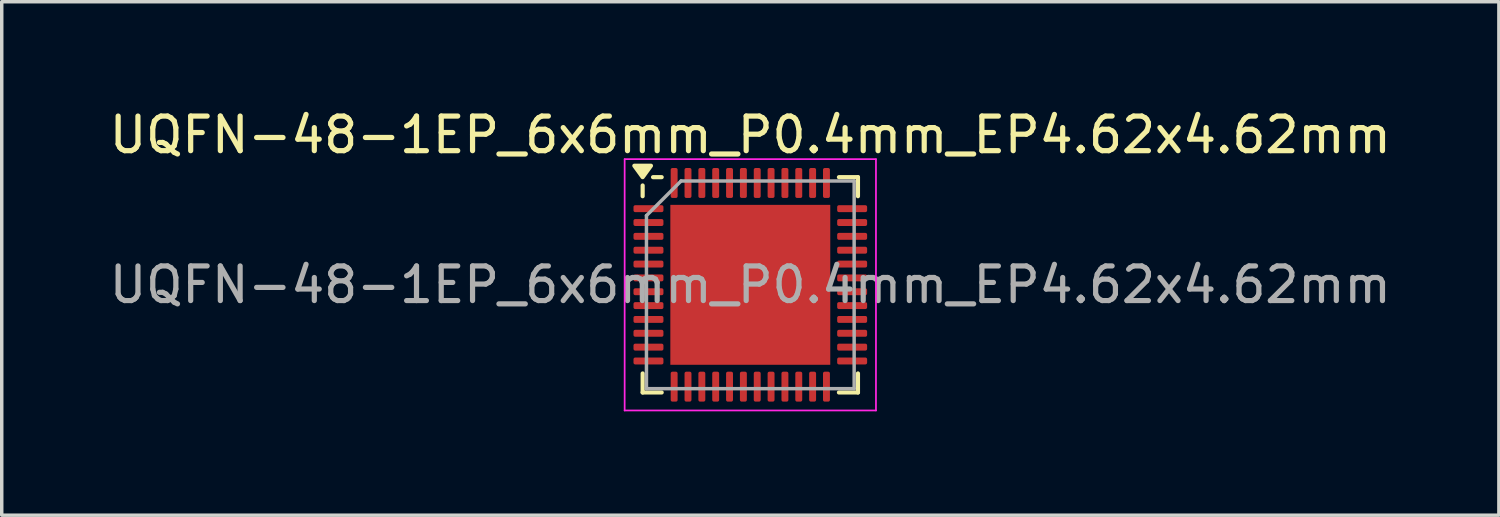
<source format=kicad_pcb>
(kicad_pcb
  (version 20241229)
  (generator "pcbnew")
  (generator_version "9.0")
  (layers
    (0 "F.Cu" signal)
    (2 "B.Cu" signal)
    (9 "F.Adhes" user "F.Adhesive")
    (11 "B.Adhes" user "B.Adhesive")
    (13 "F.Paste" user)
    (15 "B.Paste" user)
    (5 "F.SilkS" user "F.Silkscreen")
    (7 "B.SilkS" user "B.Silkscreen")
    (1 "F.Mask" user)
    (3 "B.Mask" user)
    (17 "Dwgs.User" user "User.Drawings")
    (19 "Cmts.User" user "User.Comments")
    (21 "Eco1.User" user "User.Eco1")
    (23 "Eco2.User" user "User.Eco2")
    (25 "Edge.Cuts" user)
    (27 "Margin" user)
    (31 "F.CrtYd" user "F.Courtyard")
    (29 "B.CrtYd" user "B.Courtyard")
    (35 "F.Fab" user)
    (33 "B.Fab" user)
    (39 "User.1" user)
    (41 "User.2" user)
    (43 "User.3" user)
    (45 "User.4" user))
  (footprint "UQFN-48-1EP_6x6mm_P0.4mm_EP4.62x4.62mm"
    (layer "F.Cu")
    (at 18.625 5.178)
    (property "Reference" "UQFN-48-1EP_6x6mm_P0.4mm_EP4.62x4.62mm" (at 0 -4.33 0) (layer "F.SilkS") (effects (font (size 1 1) (thickness 0.15))))
    (attr smd)
    (fp_line (start -3.11 -2.56) (end -3.11 -2.87) (stroke (width 0.12) (type solid)) (layer "F.SilkS"))
    (fp_line (start -3.11 3.11) (end -3.11 2.56) (stroke (width 0.12) (type solid)) (layer "F.SilkS"))
    (fp_line (start -2.56 -3.11) (end -2.81 -3.11) (stroke (width 0.12) (type solid)) (layer "F.SilkS"))
    (fp_line (start -2.56 3.11) (end -3.11 3.11) (stroke (width 0.12) (type solid)) (layer "F.SilkS"))
    (fp_line (start 2.56 -3.11) (end 3.11 -3.11) (stroke (width 0.12) (type solid)) (layer "F.SilkS"))
    (fp_line (start 2.56 3.11) (end 3.11 3.11) (stroke (width 0.12) (type solid)) (layer "F.SilkS"))
    (fp_line (start 3.11 -3.11) (end 3.11 -2.56) (stroke (width 0.12) (type solid)) (layer "F.SilkS"))
    (fp_line (start 3.11 3.11) (end 3.11 2.56) (stroke (width 0.12) (type solid)) (layer "F.SilkS"))
    (fp_poly (pts (xy -3.11 -3.11) (xy -3.35 -3.44) (xy -2.87 -3.44) (xy -3.11 -3.11)) (stroke (width 0.12) (type solid)) (fill yes) (layer "F.SilkS"))
    (fp_line (start -3.63 -3.63) (end -3.63 3.63) (stroke (width 0.05) (type solid)) (layer "F.CrtYd"))
    (fp_line (start -3.63 3.63) (end 3.63 3.63) (stroke (width 0.05) (type solid)) (layer "F.CrtYd"))
    (fp_line (start 3.63 -3.63) (end -3.63 -3.63) (stroke (width 0.05) (type solid)) (layer "F.CrtYd"))
    (fp_line (start 3.63 3.63) (end 3.63 -3.63) (stroke (width 0.05) (type solid)) (layer "F.CrtYd"))
    (fp_line (start -3 -2) (end -2 -3) (stroke (width 0.1) (type solid)) (layer "F.Fab"))
    (fp_line (start -3 3) (end -3 -2) (stroke (width 0.1) (type solid)) (layer "F.Fab"))
    (fp_line (start -2 -3) (end 3 -3) (stroke (width 0.1) (type solid)) (layer "F.Fab"))
    (fp_line (start 3 -3) (end 3 3) (stroke (width 0.1) (type solid)) (layer "F.Fab"))
    (fp_line (start 3 3) (end -3 3) (stroke (width 0.1) (type solid)) (layer "F.Fab"))
    (fp_text user "${REFERENCE}" (at 0 0 0) (layer "F.Fab") (effects (font (size 1 1) (thickness 0.15))))
    (pad "" smd roundrect (at -1.155 -1.155) (size 1.86 1.86) (layers "F.Paste") (roundrect_rratio 0.134))
    (pad "" smd roundrect (at -1.155 1.155) (size 1.86 1.86) (layers "F.Paste") (roundrect_rratio 0.134))
    (pad "" smd roundrect (at 1.155 -1.155) (size 1.86 1.86) (layers "F.Paste") (roundrect_rratio 0.134))
    (pad "" smd roundrect (at 1.155 1.155) (size 1.86 1.86) (layers "F.Paste") (roundrect_rratio 0.134))
    (pad "1" smd roundrect (at -2.942 -2.2) (size 0.865 0.2) (layers "F.Cu" "F.Mask" "F.Paste") (roundrect_rratio 0.25))
    (pad "2" smd roundrect (at -2.942 -1.8) (size 0.865 0.2) (layers "F.Cu" "F.Mask" "F.Paste") (roundrect_rratio 0.25))
    (pad "3" smd roundrect (at -2.942 -1.4) (size 0.865 0.2) (layers "F.Cu" "F.Mask" "F.Paste") (roundrect_rratio 0.25))
    (pad "4" smd roundrect (at -2.942 -1) (size 0.865 0.2) (layers "F.Cu" "F.Mask" "F.Paste") (roundrect_rratio 0.25))
    (pad "5" smd roundrect (at -2.942 -0.6) (size 0.865 0.2) (layers "F.Cu" "F.Mask" "F.Paste") (roundrect_rratio 0.25))
    (pad "6" smd roundrect (at -2.942 -0.2) (size 0.865 0.2) (layers "F.Cu" "F.Mask" "F.Paste") (roundrect_rratio 0.25))
    (pad "7" smd roundrect (at -2.942 0.2) (size 0.865 0.2) (layers "F.Cu" "F.Mask" "F.Paste") (roundrect_rratio 0.25))
    (pad "8" smd roundrect (at -2.942 0.6) (size 0.865 0.2) (layers "F.Cu" "F.Mask" "F.Paste") (roundrect_rratio 0.25))
    (pad "9" smd roundrect (at -2.942 1) (size 0.865 0.2) (layers "F.Cu" "F.Mask" "F.Paste") (roundrect_rratio 0.25))
    (pad "10" smd roundrect (at -2.942 1.4) (size 0.865 0.2) (layers "F.Cu" "F.Mask" "F.Paste") (roundrect_rratio 0.25))
    (pad "11" smd roundrect (at -2.942 1.8) (size 0.865 0.2) (layers "F.Cu" "F.Mask" "F.Paste") (roundrect_rratio 0.25))
    (pad "12" smd roundrect (at -2.942 2.2) (size 0.865 0.2) (layers "F.Cu" "F.Mask" "F.Paste") (roundrect_rratio 0.25))
    (pad "13" smd roundrect (at -2.2 2.942) (size 0.2 0.865) (layers "F.Cu" "F.Mask" "F.Paste") (roundrect_rratio 0.25))
    (pad "14" smd roundrect (at -1.8 2.942) (size 0.2 0.865) (layers "F.Cu" "F.Mask" "F.Paste") (roundrect_rratio 0.25))
    (pad "15" smd roundrect (at -1.4 2.942) (size 0.2 0.865) (layers "F.Cu" "F.Mask" "F.Paste") (roundrect_rratio 0.25))
    (pad "16" smd roundrect (at -1 2.942) (size 0.2 0.865) (layers "F.Cu" "F.Mask" "F.Paste") (roundrect_rratio 0.25))
    (pad "17" smd roundrect (at -0.6 2.942) (size 0.2 0.865) (layers "F.Cu" "F.Mask" "F.Paste") (roundrect_rratio 0.25))
    (pad "18" smd roundrect (at -0.2 2.942) (size 0.2 0.865) (layers "F.Cu" "F.Mask" "F.Paste") (roundrect_rratio 0.25))
    (pad "19" smd roundrect (at 0.2 2.942) (size 0.2 0.865) (layers "F.Cu" "F.Mask" "F.Paste") (roundrect_rratio 0.25))
    (pad "20" smd roundrect (at 0.6 2.942) (size 0.2 0.865) (layers "F.Cu" "F.Mask" "F.Paste") (roundrect_rratio 0.25))
    (pad "21" smd roundrect (at 1 2.942) (size 0.2 0.865) (layers "F.Cu" "F.Mask" "F.Paste") (roundrect_rratio 0.25))
    (pad "22" smd roundrect (at 1.4 2.942) (size 0.2 0.865) (layers "F.Cu" "F.Mask" "F.Paste") (roundrect_rratio 0.25))
    (pad "23" smd roundrect (at 1.8 2.942) (size 0.2 0.865) (layers "F.Cu" "F.Mask" "F.Paste") (roundrect_rratio 0.25))
    (pad "24" smd roundrect (at 2.2 2.942) (size 0.2 0.865) (layers "F.Cu" "F.Mask" "F.Paste") (roundrect_rratio 0.25))
    (pad "25" smd roundrect (at 2.942 2.2) (size 0.865 0.2) (layers "F.Cu" "F.Mask" "F.Paste") (roundrect_rratio 0.25))
    (pad "26" smd roundrect (at 2.942 1.8) (size 0.865 0.2) (layers "F.Cu" "F.Mask" "F.Paste") (roundrect_rratio 0.25))
    (pad "27" smd roundrect (at 2.942 1.4) (size 0.865 0.2) (layers "F.Cu" "F.Mask" "F.Paste") (roundrect_rratio 0.25))
    (pad "28" smd roundrect (at 2.942 1) (size 0.865 0.2) (layers "F.Cu" "F.Mask" "F.Paste") (roundrect_rratio 0.25))
    (pad "29" smd roundrect (at 2.942 0.6) (size 0.865 0.2) (layers "F.Cu" "F.Mask" "F.Paste") (roundrect_rratio 0.25))
    (pad "30" smd roundrect (at 2.942 0.2) (size 0.865 0.2) (layers "F.Cu" "F.Mask" "F.Paste") (roundrect_rratio 0.25))
    (pad "31" smd roundrect (at 2.942 -0.2) (size 0.865 0.2) (layers "F.Cu" "F.Mask" "F.Paste") (roundrect_rratio 0.25))
    (pad "32" smd roundrect (at 2.942 -0.6) (size 0.865 0.2) (layers "F.Cu" "F.Mask" "F.Paste") (roundrect_rratio 0.25))
    (pad "33" smd roundrect (at 2.942 -1) (size 0.865 0.2) (layers "F.Cu" "F.Mask" "F.Paste") (roundrect_rratio 0.25))
    (pad "34" smd roundrect (at 2.942 -1.4) (size 0.865 0.2) (layers "F.Cu" "F.Mask" "F.Paste") (roundrect_rratio 0.25))
    (pad "35" smd roundrect (at 2.942 -1.8) (size 0.865 0.2) (layers "F.Cu" "F.Mask" "F.Paste") (roundrect_rratio 0.25))
    (pad "36" smd roundrect (at 2.942 -2.2) (size 0.865 0.2) (layers "F.Cu" "F.Mask" "F.Paste") (roundrect_rratio 0.25))
    (pad "37" smd roundrect (at 2.2 -2.942) (size 0.2 0.865) (layers "F.Cu" "F.Mask" "F.Paste") (roundrect_rratio 0.25))
    (pad "38" smd roundrect (at 1.8 -2.942) (size 0.2 0.865) (layers "F.Cu" "F.Mask" "F.Paste") (roundrect_rratio 0.25))
    (pad "39" smd roundrect (at 1.4 -2.942) (size 0.2 0.865) (layers "F.Cu" "F.Mask" "F.Paste") (roundrect_rratio 0.25))
    (pad "40" smd roundrect (at 1 -2.942) (size 0.2 0.865) (layers "F.Cu" "F.Mask" "F.Paste") (roundrect_rratio 0.25))
    (pad "41" smd roundrect (at 0.6 -2.942) (size 0.2 0.865) (layers "F.Cu" "F.Mask" "F.Paste") (roundrect_rratio 0.25))
    (pad "42" smd roundrect (at 0.2 -2.942) (size 0.2 0.865) (layers "F.Cu" "F.Mask" "F.Paste") (roundrect_rratio 0.25))
    (pad "43" smd roundrect (at -0.2 -2.942) (size 0.2 0.865) (layers "F.Cu" "F.Mask" "F.Paste") (roundrect_rratio 0.25))
    (pad "44" smd roundrect (at -0.6 -2.942) (size 0.2 0.865) (layers "F.Cu" "F.Mask" "F.Paste") (roundrect_rratio 0.25))
    (pad "45" smd roundrect (at -1 -2.942) (size 0.2 0.865) (layers "F.Cu" "F.Mask" "F.Paste") (roundrect_rratio 0.25))
    (pad "46" smd roundrect (at -1.4 -2.942) (size 0.2 0.865) (layers "F.Cu" "F.Mask" "F.Paste") (roundrect_rratio 0.25))
    (pad "47" smd roundrect (at -1.8 -2.942) (size 0.2 0.865) (layers "F.Cu" "F.Mask" "F.Paste") (roundrect_rratio 0.25))
    (pad "48" smd roundrect (at -2.2 -2.942) (size 0.2 0.865) (layers "F.Cu" "F.Mask" "F.Paste") (roundrect_rratio 0.25))
    (pad "49" smd rect (at 0 0) (size 4.62 4.62) (property pad_prop_heatsink) (layers "F.Cu" "F.Mask")))
  (gr_rect
    (start -3 -3)
    (end 40.25 11.833)
    (stroke (width 0.1) (type default))
    (fill no)
    (layer "Edge.Cuts")))
</source>
